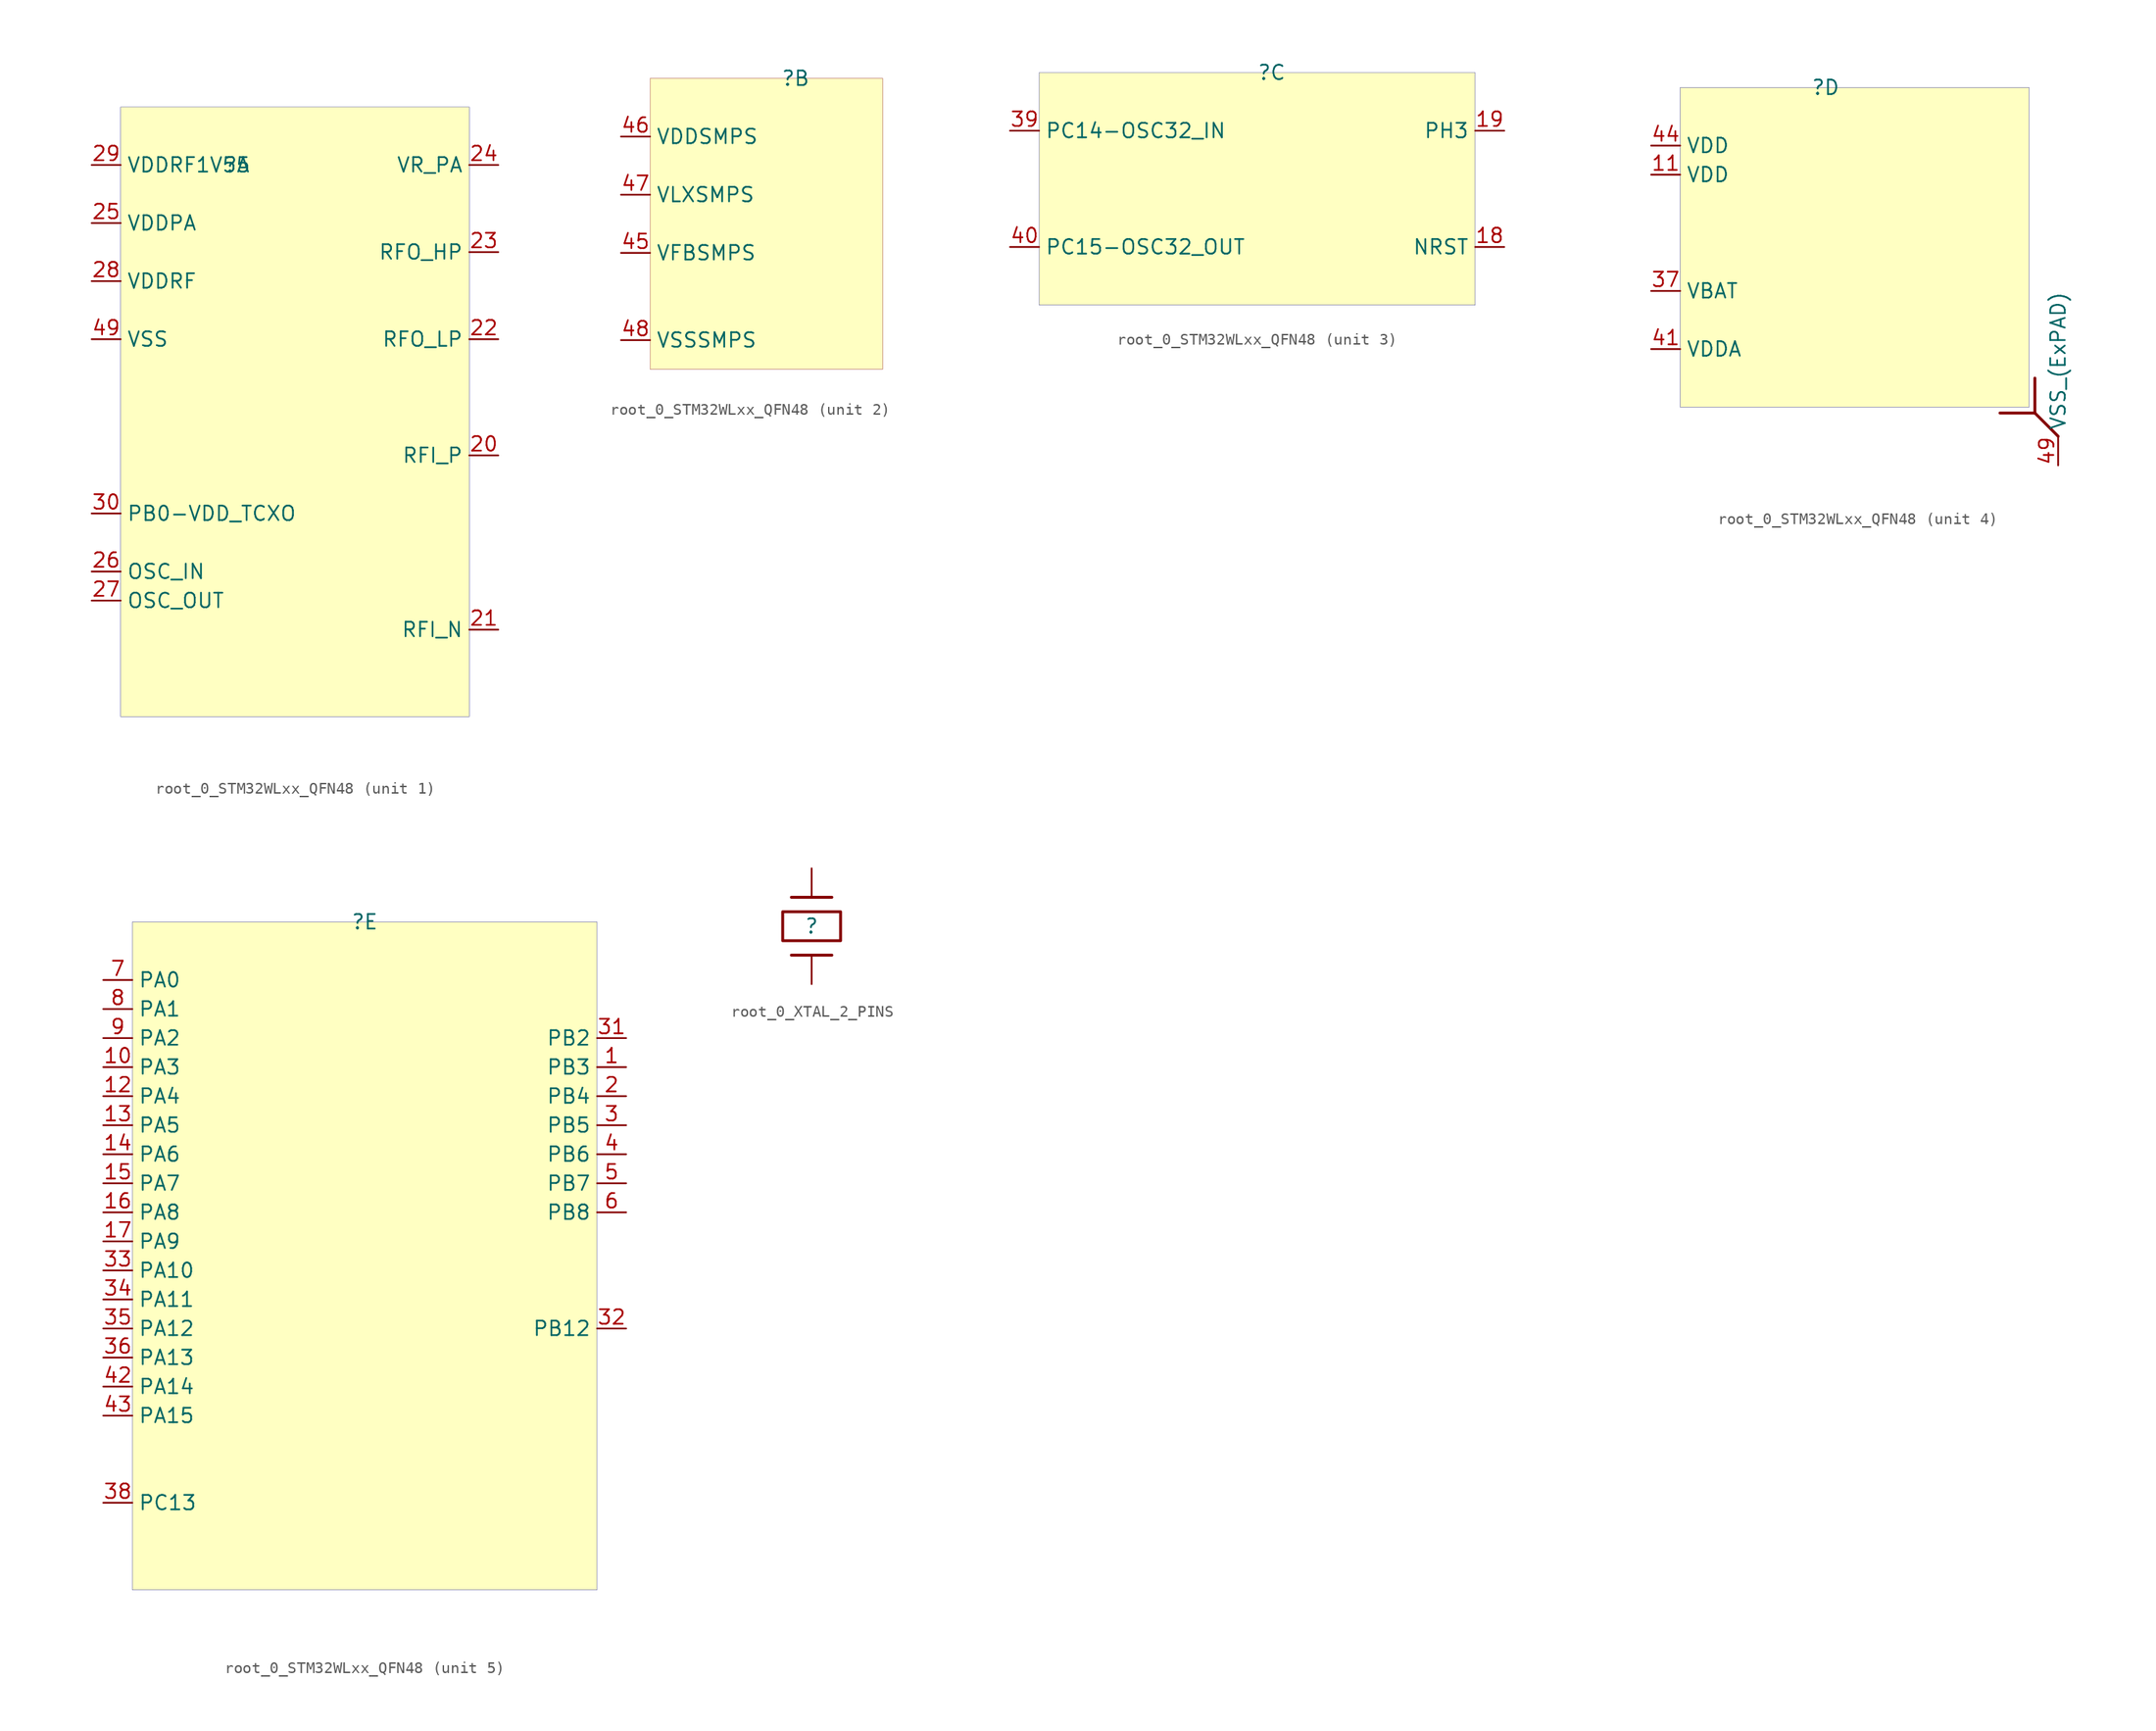
<source format=kicad_sym>
(kicad_symbol_lib
  (version 20231120)
  (generator "kicad_symbol_editor")
  (generator_version "8.0")
  (symbol "root_0_STM32WLxx_QFN48"
    (property "Reference" ""
      (at 0 0 0)
      (effects (font (size 1.27 1.27))))
    (property "Value" ""
      (at 0 0 0)
      (effects (font (size 1.27 1.27))))
    (symbol "root_0_STM32WLxx_QFN48_1_0"
      (rectangle (start 20.32 5.08) (end -10.16 -48.26) (stroke (width 0.025) (type solid) (color 0 0 128 1)) (fill (type background)))
      (pin passive line (at 22.86 -25.4 180) (length 2.54) (name "RFI_P" (effects (font (size 1.27 1.27)))) (number "20" (effects (font (size 1.27 1.27)))))
      (pin passive line (at 22.86 -40.64 180) (length 2.54) (name "RFI_N" (effects (font (size 1.27 1.27)))) (number "21" (effects (font (size 1.27 1.27)))))
      (pin passive line (at 22.86 -15.24 180) (length 2.54) (name "RFO_LP" (effects (font (size 1.27 1.27)))) (number "22" (effects (font (size 1.27 1.27)))))
      (pin passive line (at 22.86 -7.62 180) (length 2.54) (name "RFO_HP" (effects (font (size 1.27 1.27)))) (number "23" (effects (font (size 1.27 1.27)))))
      (pin passive line (at 22.86 0 180) (length 2.54) (name "VR_PA" (effects (font (size 1.27 1.27)))) (number "24" (effects (font (size 1.27 1.27)))))
      (pin passive line (at -12.7 -5.08 0) (length 2.54) (name "VDDPA" (effects (font (size 1.27 1.27)))) (number "25" (effects (font (size 1.27 1.27)))))
      (pin passive line (at -12.7 -35.56 0) (length 2.54) (name "OSC_IN" (effects (font (size 1.27 1.27)))) (number "26" (effects (font (size 1.27 1.27)))))
      (pin passive line (at -12.7 -38.1 0) (length 2.54) (name "OSC_OUT" (effects (font (size 1.27 1.27)))) (number "27" (effects (font (size 1.27 1.27)))))
      (pin passive line (at -12.7 -10.16 0) (length 2.54) (name "VDDRF" (effects (font (size 1.27 1.27)))) (number "28" (effects (font (size 1.27 1.27)))))
      (pin passive line (at -12.7 0 0) (length 2.54) (name "VDDRF1V55" (effects (font (size 1.27 1.27)))) (number "29" (effects (font (size 1.27 1.27)))))
      (pin passive line (at -12.7 -30.48 0) (length 2.54) (name "PB0-VDD_TCXO" (effects (font (size 1.27 1.27)))) (number "30" (effects (font (size 1.27 1.27)))))
      (pin passive line (at -12.7 -15.24 0) (length 2.54) (name "VSS" (effects (font (size 1.27 1.27)))) (number "49" (effects (font (size 1.27 1.27))))))
    (symbol "root_0_STM32WLxx_QFN48_2_0"
      (rectangle (start 7.62 0) (end -12.7 -25.4) (stroke (width 0.025) (type solid) (color 128 0 0 1)) (fill (type background)))
      (pin passive line (at -15.24 -15.24 0) (length 2.54) (name "VFBSMPS" (effects (font (size 1.27 1.27)))) (number "45" (effects (font (size 1.27 1.27)))))
      (pin passive line (at -15.24 -5.08 0) (length 2.54) (name "VDDSMPS" (effects (font (size 1.27 1.27)))) (number "46" (effects (font (size 1.27 1.27)))))
      (pin passive line (at -15.24 -10.16 0) (length 2.54) (name "VLXSMPS" (effects (font (size 1.27 1.27)))) (number "47" (effects (font (size 1.27 1.27)))))
      (pin passive line (at -15.24 -22.86 0) (length 2.54) (name "VSSSMPS" (effects (font (size 1.27 1.27)))) (number "48" (effects (font (size 1.27 1.27))))))
    (symbol "root_0_STM32WLxx_QFN48_3_0"
      (rectangle (start 17.78 0) (end -20.32 -20.32) (stroke (width 0.025) (type solid) (color 0 0 128 1)) (fill (type background)))
      (pin passive line (at 20.32 -15.24 180) (length 2.54) (name "NRST" (effects (font (size 1.27 1.27)))) (number "18" (effects (font (size 1.27 1.27)))))
      (pin passive line (at 20.32 -5.08 180) (length 2.54) (name "PH3" (effects (font (size 1.27 1.27)))) (number "19" (effects (font (size 1.27 1.27)))))
      (pin passive line (at -22.86 -5.08 0) (length 2.54) (name "PC14-OSC32_IN" (effects (font (size 1.27 1.27)))) (number "39" (effects (font (size 1.27 1.27)))))
      (pin passive line (at -22.86 -15.24 0) (length 2.54) (name "PC15-OSC32_OUT" (effects (font (size 1.27 1.27)))) (number "40" (effects (font (size 1.27 1.27))))))
    (symbol "root_0_STM32WLxx_QFN48_4_0"
      (polyline (pts (xy 18.288 -28.448) (xy 20.32 -30.48)) (stroke (width 0.254) (type solid)) (fill (type none)))
      (polyline (pts (xy 18.288 -25.4) (xy 18.288 -28.448) (xy 15.24 -28.448)) (stroke (width 0.254) (type solid)) (fill (type none)))
      (rectangle (start 17.78 0) (end -12.7 -27.94) (stroke (width 0.025) (type solid) (color 0 0 128 1)) (fill (type background)))
      (pin passive line (at -15.24 -7.62 0) (length 2.54) (name "VDD" (effects (font (size 1.27 1.27)))) (number "11" (effects (font (size 1.27 1.27)))))
      (pin passive line (at -15.24 -17.78 0) (length 2.54) (name "VBAT" (effects (font (size 1.27 1.27)))) (number "37" (effects (font (size 1.27 1.27)))))
      (pin passive line (at -15.24 -22.86 0) (length 2.54) (name "VDDA" (effects (font (size 1.27 1.27)))) (number "41" (effects (font (size 1.27 1.27)))))
      (pin passive line (at -15.24 -5.08 0) (length 2.54) (name "VDD" (effects (font (size 1.27 1.27)))) (number "44" (effects (font (size 1.27 1.27)))))
      (pin passive line (at 20.32 -33.02 90) (length 2.54) (name "VSS_(ExPAD)" (effects (font (size 1.27 1.27)))) (number "49" (effects (font (size 1.27 1.27))))))
    (symbol "root_0_STM32WLxx_QFN48_5_0"
      (rectangle (start 20.32 0) (end -20.32 -58.42) (stroke (width 0.025) (type solid) (color 0 0 128 1)) (fill (type background)))
      (pin passive line (at 22.86 -12.7 180) (length 2.54) (name "PB3" (effects (font (size 1.27 1.27)))) (number "1" (effects (font (size 1.27 1.27)))))
      (pin passive line (at -22.86 -12.7 0) (length 2.54) (name "PA3" (effects (font (size 1.27 1.27)))) (number "10" (effects (font (size 1.27 1.27)))))
      (pin passive line (at -22.86 -15.24 0) (length 2.54) (name "PA4" (effects (font (size 1.27 1.27)))) (number "12" (effects (font (size 1.27 1.27)))))
      (pin passive line (at -22.86 -17.78 0) (length 2.54) (name "PA5" (effects (font (size 1.27 1.27)))) (number "13" (effects (font (size 1.27 1.27)))))
      (pin passive line (at -22.86 -20.32 0) (length 2.54) (name "PA6" (effects (font (size 1.27 1.27)))) (number "14" (effects (font (size 1.27 1.27)))))
      (pin passive line (at -22.86 -22.86 0) (length 2.54) (name "PA7" (effects (font (size 1.27 1.27)))) (number "15" (effects (font (size 1.27 1.27)))))
      (pin passive line (at -22.86 -25.4 0) (length 2.54) (name "PA8" (effects (font (size 1.27 1.27)))) (number "16" (effects (font (size 1.27 1.27)))))
      (pin passive line (at -22.86 -27.94 0) (length 2.54) (name "PA9" (effects (font (size 1.27 1.27)))) (number "17" (effects (font (size 1.27 1.27)))))
      (pin passive line (at 22.86 -15.24 180) (length 2.54) (name "PB4" (effects (font (size 1.27 1.27)))) (number "2" (effects (font (size 1.27 1.27)))))
      (pin passive line (at 22.86 -17.78 180) (length 2.54) (name "PB5" (effects (font (size 1.27 1.27)))) (number "3" (effects (font (size 1.27 1.27)))))
      (pin passive line (at 22.86 -10.16 180) (length 2.54) (name "PB2" (effects (font (size 1.27 1.27)))) (number "31" (effects (font (size 1.27 1.27)))))
      (pin passive line (at 22.86 -35.56 180) (length 2.54) (name "PB12" (effects (font (size 1.27 1.27)))) (number "32" (effects (font (size 1.27 1.27)))))
      (pin passive line (at -22.86 -30.48 0) (length 2.54) (name "PA10" (effects (font (size 1.27 1.27)))) (number "33" (effects (font (size 1.27 1.27)))))
      (pin passive line (at -22.86 -33.02 0) (length 2.54) (name "PA11" (effects (font (size 1.27 1.27)))) (number "34" (effects (font (size 1.27 1.27)))))
      (pin passive line (at -22.86 -35.56 0) (length 2.54) (name "PA12" (effects (font (size 1.27 1.27)))) (number "35" (effects (font (size 1.27 1.27)))))
      (pin passive line (at -22.86 -38.1 0) (length 2.54) (name "PA13" (effects (font (size 1.27 1.27)))) (number "36" (effects (font (size 1.27 1.27)))))
      (pin passive line (at -22.86 -50.8 0) (length 2.54) (name "PC13" (effects (font (size 1.27 1.27)))) (number "38" (effects (font (size 1.27 1.27)))))
      (pin passive line (at 22.86 -20.32 180) (length 2.54) (name "PB6" (effects (font (size 1.27 1.27)))) (number "4" (effects (font (size 1.27 1.27)))))
      (pin passive line (at -22.86 -40.64 0) (length 2.54) (name "PA14" (effects (font (size 1.27 1.27)))) (number "42" (effects (font (size 1.27 1.27)))))
      (pin passive line (at -22.86 -43.18 0) (length 2.54) (name "PA15" (effects (font (size 1.27 1.27)))) (number "43" (effects (font (size 1.27 1.27)))))
      (pin passive line (at 22.86 -22.86 180) (length 2.54) (name "PB7" (effects (font (size 1.27 1.27)))) (number "5" (effects (font (size 1.27 1.27)))))
      (pin passive line (at 22.86 -25.4 180) (length 2.54) (name "PB8" (effects (font (size 1.27 1.27)))) (number "6" (effects (font (size 1.27 1.27)))))
      (pin passive line (at -22.86 -5.08 0) (length 2.54) (name "PA0" (effects (font (size 1.27 1.27)))) (number "7" (effects (font (size 1.27 1.27)))))
      (pin passive line (at -22.86 -7.62 0) (length 2.54) (name "PA1" (effects (font (size 1.27 1.27)))) (number "8" (effects (font (size 1.27 1.27)))))
      (pin passive line (at -22.86 -10.16 0) (length 2.54) (name "PA2" (effects (font (size 1.27 1.27)))) (number "9" (effects (font (size 1.27 1.27)))))))
  (symbol "root_0_XTAL_2_PINS"
    (property "Reference" ""
      (at 0 0 0)
      (effects (font (size 1.27 1.27))))
    (property "Value" ""
      (at 0 0 0)
      (effects (font (size 1.27 1.27))))
    (symbol "root_0_XTAL_2_PINS_1_0"
      (polyline (pts (xy 1.778 -2.54) (xy -1.778 -2.54)) (stroke (width 0.254) (type solid)) (fill (type none)))
      (polyline (pts (xy 1.778 2.54) (xy -1.778 2.54)) (stroke (width 0.254) (type solid)) (fill (type none)))
      (rectangle (start 2.54 1.27) (end -2.54 -1.27) (stroke (width 0.254) (type solid)) (fill (type color) (color 255 255 255 0.5)))
      (pin passive line (at 0 -5.08 90) (length 2.54) (name "X1" (effects (font (size 0 0)))) (number "1" (effects (font (size 0 0)))))
      (pin passive line (at 0 5.08 270) (length 2.54) (name "X2" (effects (font (size 0 0)))) (number "2" (effects (font (size 0 0))))))))
</source>
